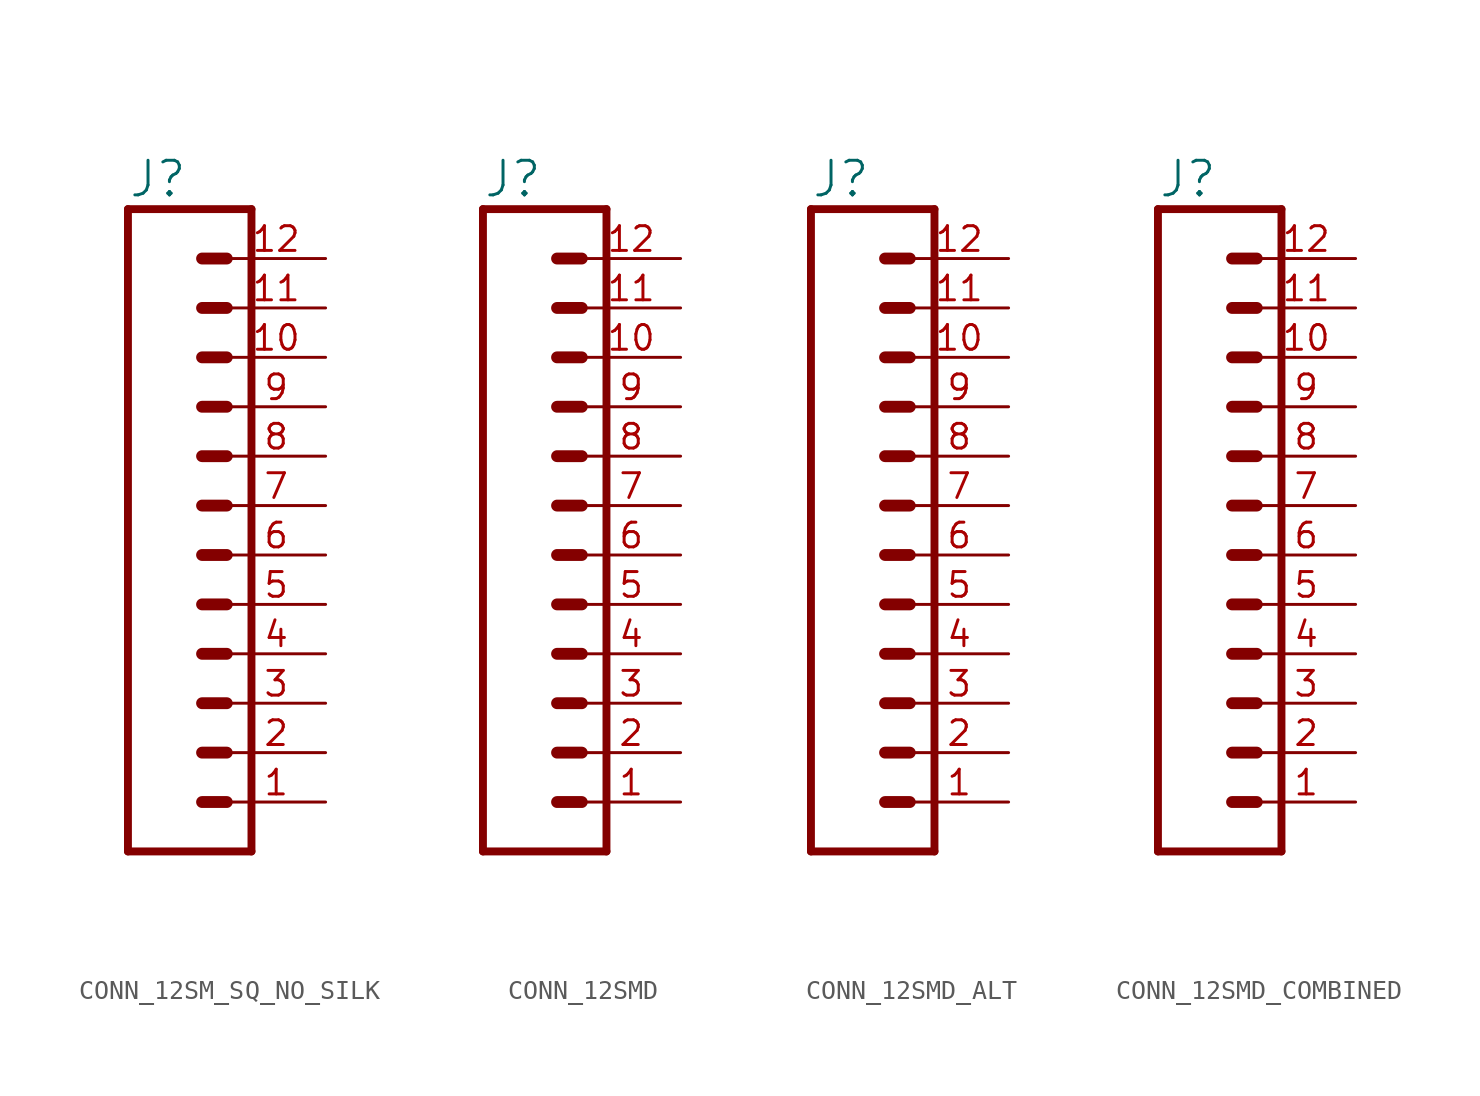
<source format=kicad_sym>
(kicad_symbol_lib
  (version 20220914)
  (generator kicad_symbol_editor)
  (symbol "CONN_12SM_SQ_NO_SILK"
    (property "Reference" "J"
      (at 0 15.748 0)
      (effects (font (size 1.778 1.778)) (justify left bottom)))
    (property "Value" ""
      (at 0 -20.066 0)
      (effects (font (size 1.778 1.778)) (justify left bottom)))
    (property "ki_locked" ""
      (at 0 0 0)
      (effects (font (size 1.27 1.27))))
    (symbol "CONN_12SM_SQ_NO_SILK_1_0"
      (polyline (pts (xy 0 15.24) (xy 0 -17.78)) (stroke (width 0.406) (type solid)) (fill (type none)))
      (polyline (pts (xy 0 15.24) (xy 6.35 15.24)) (stroke (width 0.406) (type solid)) (fill (type none)))
      (polyline (pts (xy 3.81 -15.24) (xy 5.08 -15.24)) (stroke (width 0.61) (type solid)) (fill (type none)))
      (polyline (pts (xy 3.81 -12.7) (xy 5.08 -12.7)) (stroke (width 0.61) (type solid)) (fill (type none)))
      (polyline (pts (xy 3.81 -10.16) (xy 5.08 -10.16)) (stroke (width 0.61) (type solid)) (fill (type none)))
      (polyline (pts (xy 3.81 -7.62) (xy 5.08 -7.62)) (stroke (width 0.61) (type solid)) (fill (type none)))
      (polyline (pts (xy 3.81 -5.08) (xy 5.08 -5.08)) (stroke (width 0.61) (type solid)) (fill (type none)))
      (polyline (pts (xy 3.81 -2.54) (xy 5.08 -2.54)) (stroke (width 0.61) (type solid)) (fill (type none)))
      (polyline (pts (xy 3.81 0) (xy 5.08 0)) (stroke (width 0.61) (type solid)) (fill (type none)))
      (polyline (pts (xy 3.81 2.54) (xy 5.08 2.54)) (stroke (width 0.61) (type solid)) (fill (type none)))
      (polyline (pts (xy 3.81 5.08) (xy 5.08 5.08)) (stroke (width 0.61) (type solid)) (fill (type none)))
      (polyline (pts (xy 3.81 7.62) (xy 5.08 7.62)) (stroke (width 0.61) (type solid)) (fill (type none)))
      (polyline (pts (xy 3.81 10.16) (xy 5.08 10.16)) (stroke (width 0.61) (type solid)) (fill (type none)))
      (polyline (pts (xy 3.81 12.7) (xy 5.08 12.7)) (stroke (width 0.61) (type solid)) (fill (type none)))
      (polyline (pts (xy 6.35 -17.78) (xy 0 -17.78)) (stroke (width 0.406) (type solid)) (fill (type none)))
      (polyline (pts (xy 6.35 -17.78) (xy 6.35 15.24)) (stroke (width 0.406) (type solid)) (fill (type none)))
      (pin passive line (at 10.16 -15.24 180) (length 5.08) (name "1" (effects (font (size 0 0)))) (number "1" (effects (font (size 1.27 1.27)))))
      (pin passive line (at 10.16 7.62 180) (length 5.08) (name "10" (effects (font (size 0 0)))) (number "10" (effects (font (size 1.27 1.27)))))
      (pin passive line (at 10.16 10.16 180) (length 5.08) (name "11" (effects (font (size 0 0)))) (number "11" (effects (font (size 1.27 1.27)))))
      (pin passive line (at 10.16 12.7 180) (length 5.08) (name "12" (effects (font (size 0 0)))) (number "12" (effects (font (size 1.27 1.27)))))
      (pin passive line (at 10.16 -12.7 180) (length 5.08) (name "2" (effects (font (size 0 0)))) (number "2" (effects (font (size 1.27 1.27)))))
      (pin passive line (at 10.16 -10.16 180) (length 5.08) (name "3" (effects (font (size 0 0)))) (number "3" (effects (font (size 1.27 1.27)))))
      (pin passive line (at 10.16 -7.62 180) (length 5.08) (name "4" (effects (font (size 0 0)))) (number "4" (effects (font (size 1.27 1.27)))))
      (pin passive line (at 10.16 -5.08 180) (length 5.08) (name "5" (effects (font (size 0 0)))) (number "5" (effects (font (size 1.27 1.27)))))
      (pin passive line (at 10.16 -2.54 180) (length 5.08) (name "6" (effects (font (size 0 0)))) (number "6" (effects (font (size 1.27 1.27)))))
      (pin passive line (at 10.16 0 180) (length 5.08) (name "7" (effects (font (size 0 0)))) (number "7" (effects (font (size 1.27 1.27)))))
      (pin passive line (at 10.16 2.54 180) (length 5.08) (name "8" (effects (font (size 0 0)))) (number "8" (effects (font (size 1.27 1.27)))))
      (pin passive line (at 10.16 5.08 180) (length 5.08) (name "9" (effects (font (size 0 0)))) (number "9" (effects (font (size 1.27 1.27)))))))
  (symbol "CONN_12SMD"
    (property "Reference" "J"
      (at 0 15.748 0)
      (effects (font (size 1.778 1.778)) (justify left bottom)))
    (property "Value" ""
      (at 0 -20.066 0)
      (effects (font (size 1.778 1.778)) (justify left bottom)))
    (property "ki_locked" ""
      (at 0 0 0)
      (effects (font (size 1.27 1.27))))
    (symbol "CONN_12SMD_1_0"
      (polyline (pts (xy 0 15.24) (xy 0 -17.78)) (stroke (width 0.406) (type solid)) (fill (type none)))
      (polyline (pts (xy 0 15.24) (xy 6.35 15.24)) (stroke (width 0.406) (type solid)) (fill (type none)))
      (polyline (pts (xy 3.81 -15.24) (xy 5.08 -15.24)) (stroke (width 0.61) (type solid)) (fill (type none)))
      (polyline (pts (xy 3.81 -12.7) (xy 5.08 -12.7)) (stroke (width 0.61) (type solid)) (fill (type none)))
      (polyline (pts (xy 3.81 -10.16) (xy 5.08 -10.16)) (stroke (width 0.61) (type solid)) (fill (type none)))
      (polyline (pts (xy 3.81 -7.62) (xy 5.08 -7.62)) (stroke (width 0.61) (type solid)) (fill (type none)))
      (polyline (pts (xy 3.81 -5.08) (xy 5.08 -5.08)) (stroke (width 0.61) (type solid)) (fill (type none)))
      (polyline (pts (xy 3.81 -2.54) (xy 5.08 -2.54)) (stroke (width 0.61) (type solid)) (fill (type none)))
      (polyline (pts (xy 3.81 0) (xy 5.08 0)) (stroke (width 0.61) (type solid)) (fill (type none)))
      (polyline (pts (xy 3.81 2.54) (xy 5.08 2.54)) (stroke (width 0.61) (type solid)) (fill (type none)))
      (polyline (pts (xy 3.81 5.08) (xy 5.08 5.08)) (stroke (width 0.61) (type solid)) (fill (type none)))
      (polyline (pts (xy 3.81 7.62) (xy 5.08 7.62)) (stroke (width 0.61) (type solid)) (fill (type none)))
      (polyline (pts (xy 3.81 10.16) (xy 5.08 10.16)) (stroke (width 0.61) (type solid)) (fill (type none)))
      (polyline (pts (xy 3.81 12.7) (xy 5.08 12.7)) (stroke (width 0.61) (type solid)) (fill (type none)))
      (polyline (pts (xy 6.35 -17.78) (xy 0 -17.78)) (stroke (width 0.406) (type solid)) (fill (type none)))
      (polyline (pts (xy 6.35 -17.78) (xy 6.35 15.24)) (stroke (width 0.406) (type solid)) (fill (type none)))
      (pin passive line (at 10.16 -15.24 180) (length 5.08) (name "1" (effects (font (size 0 0)))) (number "1" (effects (font (size 1.27 1.27)))))
      (pin passive line (at 10.16 7.62 180) (length 5.08) (name "10" (effects (font (size 0 0)))) (number "10" (effects (font (size 1.27 1.27)))))
      (pin passive line (at 10.16 10.16 180) (length 5.08) (name "11" (effects (font (size 0 0)))) (number "11" (effects (font (size 1.27 1.27)))))
      (pin passive line (at 10.16 12.7 180) (length 5.08) (name "12" (effects (font (size 0 0)))) (number "12" (effects (font (size 1.27 1.27)))))
      (pin passive line (at 10.16 -12.7 180) (length 5.08) (name "2" (effects (font (size 0 0)))) (number "2" (effects (font (size 1.27 1.27)))))
      (pin passive line (at 10.16 -10.16 180) (length 5.08) (name "3" (effects (font (size 0 0)))) (number "3" (effects (font (size 1.27 1.27)))))
      (pin passive line (at 10.16 -7.62 180) (length 5.08) (name "4" (effects (font (size 0 0)))) (number "4" (effects (font (size 1.27 1.27)))))
      (pin passive line (at 10.16 -5.08 180) (length 5.08) (name "5" (effects (font (size 0 0)))) (number "5" (effects (font (size 1.27 1.27)))))
      (pin passive line (at 10.16 -2.54 180) (length 5.08) (name "6" (effects (font (size 0 0)))) (number "6" (effects (font (size 1.27 1.27)))))
      (pin passive line (at 10.16 0 180) (length 5.08) (name "7" (effects (font (size 0 0)))) (number "7" (effects (font (size 1.27 1.27)))))
      (pin passive line (at 10.16 2.54 180) (length 5.08) (name "8" (effects (font (size 0 0)))) (number "8" (effects (font (size 1.27 1.27)))))
      (pin passive line (at 10.16 5.08 180) (length 5.08) (name "9" (effects (font (size 0 0)))) (number "9" (effects (font (size 1.27 1.27)))))))
  (symbol "CONN_12SMD_ALT"
    (property "Reference" "J"
      (at 0 15.748 0)
      (effects (font (size 1.778 1.778)) (justify left bottom)))
    (property "Value" ""
      (at 0 -20.066 0)
      (effects (font (size 1.778 1.778)) (justify left bottom)))
    (property "ki_locked" ""
      (at 0 0 0)
      (effects (font (size 1.27 1.27))))
    (symbol "CONN_12SMD_ALT_1_0"
      (polyline (pts (xy 0 15.24) (xy 0 -17.78)) (stroke (width 0.406) (type solid)) (fill (type none)))
      (polyline (pts (xy 0 15.24) (xy 6.35 15.24)) (stroke (width 0.406) (type solid)) (fill (type none)))
      (polyline (pts (xy 3.81 -15.24) (xy 5.08 -15.24)) (stroke (width 0.61) (type solid)) (fill (type none)))
      (polyline (pts (xy 3.81 -12.7) (xy 5.08 -12.7)) (stroke (width 0.61) (type solid)) (fill (type none)))
      (polyline (pts (xy 3.81 -10.16) (xy 5.08 -10.16)) (stroke (width 0.61) (type solid)) (fill (type none)))
      (polyline (pts (xy 3.81 -7.62) (xy 5.08 -7.62)) (stroke (width 0.61) (type solid)) (fill (type none)))
      (polyline (pts (xy 3.81 -5.08) (xy 5.08 -5.08)) (stroke (width 0.61) (type solid)) (fill (type none)))
      (polyline (pts (xy 3.81 -2.54) (xy 5.08 -2.54)) (stroke (width 0.61) (type solid)) (fill (type none)))
      (polyline (pts (xy 3.81 0) (xy 5.08 0)) (stroke (width 0.61) (type solid)) (fill (type none)))
      (polyline (pts (xy 3.81 2.54) (xy 5.08 2.54)) (stroke (width 0.61) (type solid)) (fill (type none)))
      (polyline (pts (xy 3.81 5.08) (xy 5.08 5.08)) (stroke (width 0.61) (type solid)) (fill (type none)))
      (polyline (pts (xy 3.81 7.62) (xy 5.08 7.62)) (stroke (width 0.61) (type solid)) (fill (type none)))
      (polyline (pts (xy 3.81 10.16) (xy 5.08 10.16)) (stroke (width 0.61) (type solid)) (fill (type none)))
      (polyline (pts (xy 3.81 12.7) (xy 5.08 12.7)) (stroke (width 0.61) (type solid)) (fill (type none)))
      (polyline (pts (xy 6.35 -17.78) (xy 0 -17.78)) (stroke (width 0.406) (type solid)) (fill (type none)))
      (polyline (pts (xy 6.35 -17.78) (xy 6.35 15.24)) (stroke (width 0.406) (type solid)) (fill (type none)))
      (pin passive line (at 10.16 -15.24 180) (length 5.08) (name "1" (effects (font (size 0 0)))) (number "1" (effects (font (size 1.27 1.27)))))
      (pin passive line (at 10.16 7.62 180) (length 5.08) (name "10" (effects (font (size 0 0)))) (number "10" (effects (font (size 1.27 1.27)))))
      (pin passive line (at 10.16 10.16 180) (length 5.08) (name "11" (effects (font (size 0 0)))) (number "11" (effects (font (size 1.27 1.27)))))
      (pin passive line (at 10.16 12.7 180) (length 5.08) (name "12" (effects (font (size 0 0)))) (number "12" (effects (font (size 1.27 1.27)))))
      (pin passive line (at 10.16 -12.7 180) (length 5.08) (name "2" (effects (font (size 0 0)))) (number "2" (effects (font (size 1.27 1.27)))))
      (pin passive line (at 10.16 -10.16 180) (length 5.08) (name "3" (effects (font (size 0 0)))) (number "3" (effects (font (size 1.27 1.27)))))
      (pin passive line (at 10.16 -7.62 180) (length 5.08) (name "4" (effects (font (size 0 0)))) (number "4" (effects (font (size 1.27 1.27)))))
      (pin passive line (at 10.16 -5.08 180) (length 5.08) (name "5" (effects (font (size 0 0)))) (number "5" (effects (font (size 1.27 1.27)))))
      (pin passive line (at 10.16 -2.54 180) (length 5.08) (name "6" (effects (font (size 0 0)))) (number "6" (effects (font (size 1.27 1.27)))))
      (pin passive line (at 10.16 0 180) (length 5.08) (name "7" (effects (font (size 0 0)))) (number "7" (effects (font (size 1.27 1.27)))))
      (pin passive line (at 10.16 2.54 180) (length 5.08) (name "8" (effects (font (size 0 0)))) (number "8" (effects (font (size 1.27 1.27)))))
      (pin passive line (at 10.16 5.08 180) (length 5.08) (name "9" (effects (font (size 0 0)))) (number "9" (effects (font (size 1.27 1.27)))))))
  (symbol "CONN_12SMD_COMBINED"
    (property "Reference" "J"
      (at 0 15.748 0)
      (effects (font (size 1.778 1.778)) (justify left bottom)))
    (property "Value" ""
      (at 0 -20.066 0)
      (effects (font (size 1.778 1.778)) (justify left bottom)))
    (property "ki_locked" ""
      (at 0 0 0)
      (effects (font (size 1.27 1.27))))
    (symbol "CONN_12SMD_COMBINED_1_0"
      (polyline (pts (xy 0 15.24) (xy 0 -17.78)) (stroke (width 0.406) (type solid)) (fill (type none)))
      (polyline (pts (xy 0 15.24) (xy 6.35 15.24)) (stroke (width 0.406) (type solid)) (fill (type none)))
      (polyline (pts (xy 3.81 -15.24) (xy 5.08 -15.24)) (stroke (width 0.61) (type solid)) (fill (type none)))
      (polyline (pts (xy 3.81 -12.7) (xy 5.08 -12.7)) (stroke (width 0.61) (type solid)) (fill (type none)))
      (polyline (pts (xy 3.81 -10.16) (xy 5.08 -10.16)) (stroke (width 0.61) (type solid)) (fill (type none)))
      (polyline (pts (xy 3.81 -7.62) (xy 5.08 -7.62)) (stroke (width 0.61) (type solid)) (fill (type none)))
      (polyline (pts (xy 3.81 -5.08) (xy 5.08 -5.08)) (stroke (width 0.61) (type solid)) (fill (type none)))
      (polyline (pts (xy 3.81 -2.54) (xy 5.08 -2.54)) (stroke (width 0.61) (type solid)) (fill (type none)))
      (polyline (pts (xy 3.81 0) (xy 5.08 0)) (stroke (width 0.61) (type solid)) (fill (type none)))
      (polyline (pts (xy 3.81 2.54) (xy 5.08 2.54)) (stroke (width 0.61) (type solid)) (fill (type none)))
      (polyline (pts (xy 3.81 5.08) (xy 5.08 5.08)) (stroke (width 0.61) (type solid)) (fill (type none)))
      (polyline (pts (xy 3.81 7.62) (xy 5.08 7.62)) (stroke (width 0.61) (type solid)) (fill (type none)))
      (polyline (pts (xy 3.81 10.16) (xy 5.08 10.16)) (stroke (width 0.61) (type solid)) (fill (type none)))
      (polyline (pts (xy 3.81 12.7) (xy 5.08 12.7)) (stroke (width 0.61) (type solid)) (fill (type none)))
      (polyline (pts (xy 6.35 -17.78) (xy 0 -17.78)) (stroke (width 0.406) (type solid)) (fill (type none)))
      (polyline (pts (xy 6.35 -17.78) (xy 6.35 15.24)) (stroke (width 0.406) (type solid)) (fill (type none)))
      (pin passive line (at 10.16 -15.24 180) (length 5.08) (name "1" (effects (font (size 0 0)))) (number "1" (effects (font (size 1.27 1.27)))))
      (pin passive line (at 10.16 7.62 180) (length 5.08) (name "10" (effects (font (size 0 0)))) (number "10" (effects (font (size 1.27 1.27)))))
      (pin passive line (at 10.16 10.16 180) (length 5.08) (name "11" (effects (font (size 0 0)))) (number "11" (effects (font (size 1.27 1.27)))))
      (pin passive line (at 10.16 12.7 180) (length 5.08) (name "12" (effects (font (size 0 0)))) (number "12" (effects (font (size 1.27 1.27)))))
      (pin passive line (at 10.16 -12.7 180) (length 5.08) (name "2" (effects (font (size 0 0)))) (number "2" (effects (font (size 1.27 1.27)))))
      (pin passive line (at 10.16 -10.16 180) (length 5.08) (name "3" (effects (font (size 0 0)))) (number "3" (effects (font (size 1.27 1.27)))))
      (pin passive line (at 10.16 -7.62 180) (length 5.08) (name "4" (effects (font (size 0 0)))) (number "4" (effects (font (size 1.27 1.27)))))
      (pin passive line (at 10.16 -5.08 180) (length 5.08) (name "5" (effects (font (size 0 0)))) (number "5" (effects (font (size 1.27 1.27)))))
      (pin passive line (at 10.16 -2.54 180) (length 5.08) (name "6" (effects (font (size 0 0)))) (number "6" (effects (font (size 1.27 1.27)))))
      (pin passive line (at 10.16 0 180) (length 5.08) (name "7" (effects (font (size 0 0)))) (number "7" (effects (font (size 1.27 1.27)))))
      (pin passive line (at 10.16 2.54 180) (length 5.08) (name "8" (effects (font (size 0 0)))) (number "8" (effects (font (size 1.27 1.27)))))
      (pin passive line (at 10.16 5.08 180) (length 5.08) (name "9" (effects (font (size 0 0)))) (number "9" (effects (font (size 1.27 1.27))))))))
</source>
